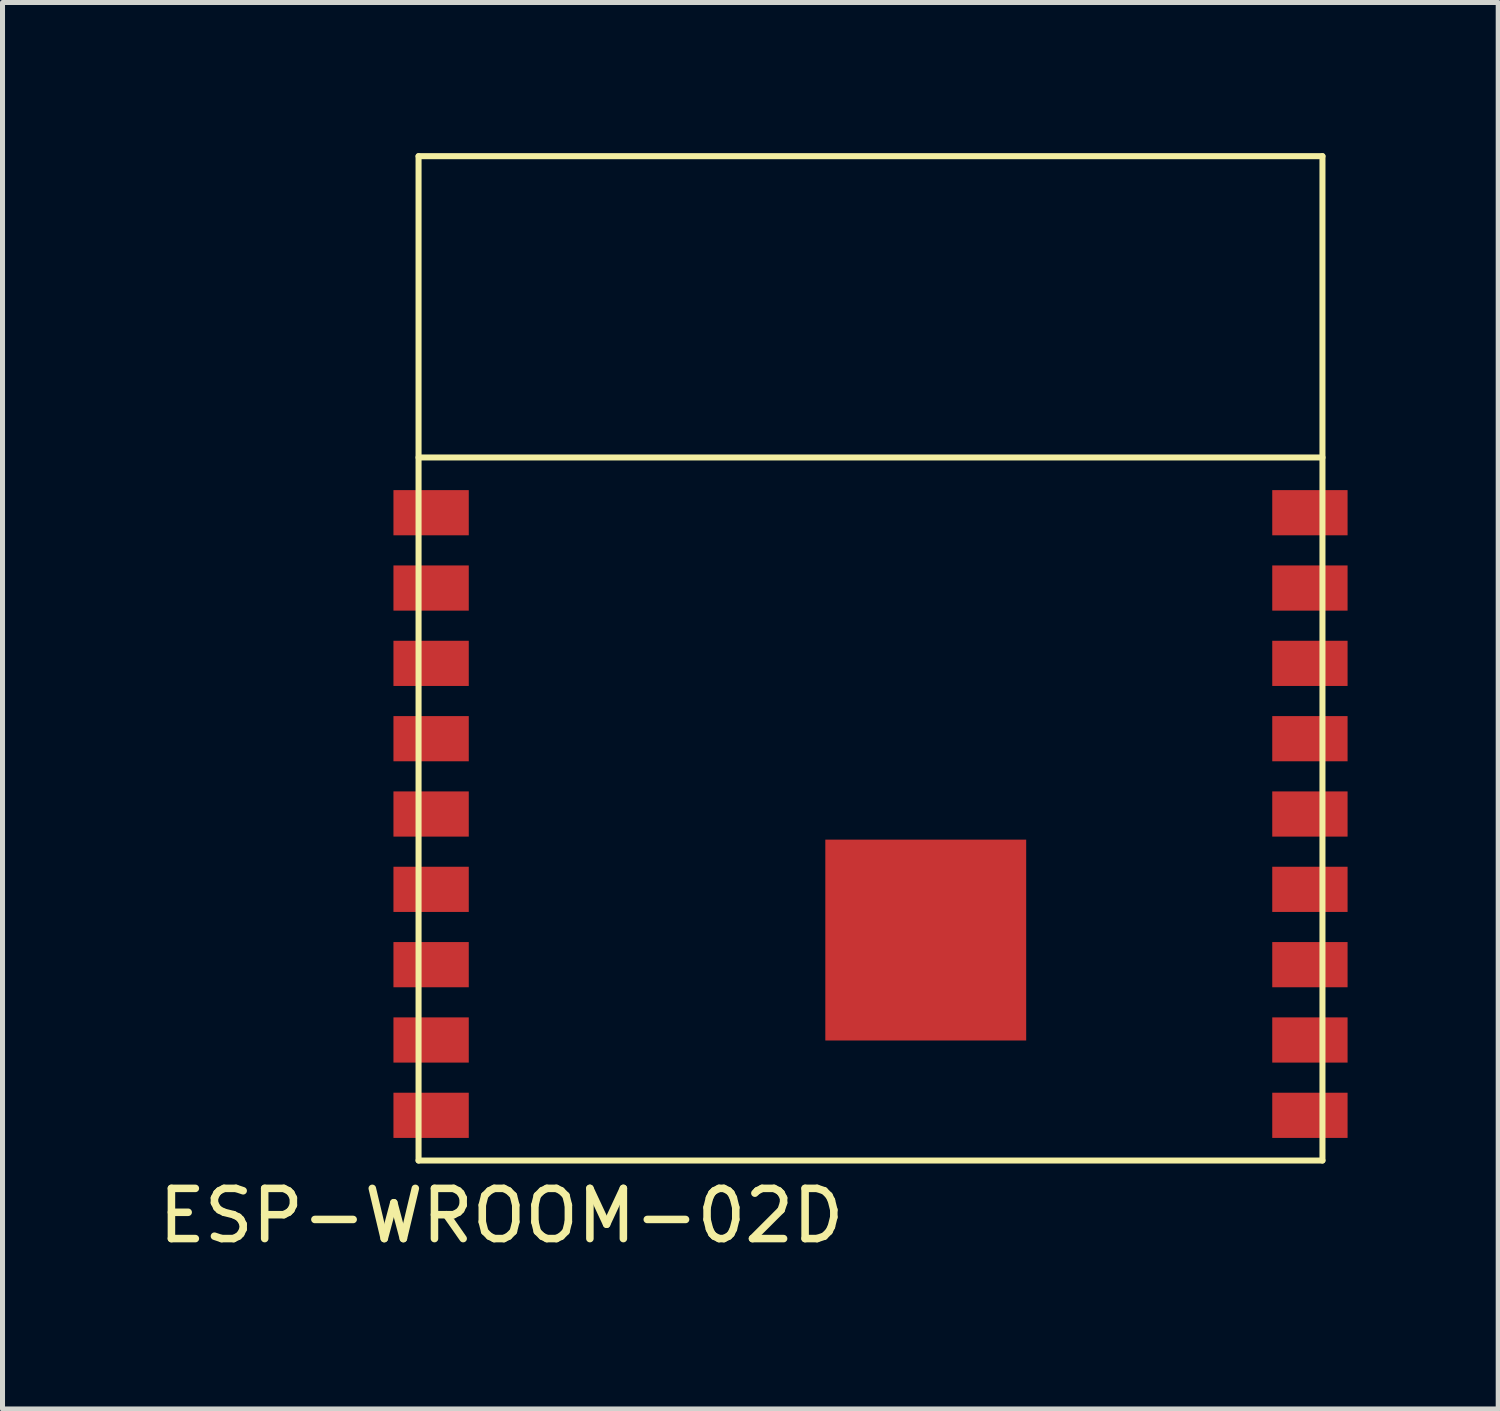
<source format=kicad_pcb>
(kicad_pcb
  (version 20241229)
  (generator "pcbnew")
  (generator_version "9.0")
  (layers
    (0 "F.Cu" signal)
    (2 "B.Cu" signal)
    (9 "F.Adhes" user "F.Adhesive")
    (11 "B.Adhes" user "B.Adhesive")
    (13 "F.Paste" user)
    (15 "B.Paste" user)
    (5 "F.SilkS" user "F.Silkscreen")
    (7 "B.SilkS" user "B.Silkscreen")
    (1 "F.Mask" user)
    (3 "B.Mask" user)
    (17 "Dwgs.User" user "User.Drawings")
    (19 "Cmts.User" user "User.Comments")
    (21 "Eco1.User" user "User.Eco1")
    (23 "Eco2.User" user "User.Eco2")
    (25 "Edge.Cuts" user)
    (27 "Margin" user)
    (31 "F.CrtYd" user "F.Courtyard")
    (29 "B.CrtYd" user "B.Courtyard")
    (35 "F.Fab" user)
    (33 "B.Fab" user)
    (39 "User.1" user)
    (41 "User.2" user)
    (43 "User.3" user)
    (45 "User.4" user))
  (footprint "ESP-WROOM-02D"
    (layer "F.Cu")
    (at 5.535 7.16)
    (property "Reference" "ESP-WROOM-02D" (at 1.4 14 0) (layer "F.SilkS") (effects (font (size 1 1) (thickness 0.15))))
    (attr through_hole)
    (fp_line (start -0.25 -7.1) (end -0.25 12.9) (stroke (width 0.12) (type solid)) (layer "F.SilkS"))
    (fp_line (start -0.25 -1.1) (end 17.75 -1.1) (stroke (width 0.12) (type solid)) (layer "F.SilkS"))
    (fp_line (start -0.25 12.9) (end 17.75 12.9) (stroke (width 0.12) (type solid)) (layer "F.SilkS"))
    (fp_line (start 17.75 -7.1) (end -0.25 -7.1) (stroke (width 0.12) (type solid)) (layer "F.SilkS"))
    (fp_line (start 17.75 12.9) (end 17.75 -7.1) (stroke (width 0.12) (type solid)) (layer "F.SilkS"))
    (pad "1" smd rect (at 0 0) (size 1.5 0.9) (layers "F.Cu" "F.Mask" "F.Paste"))
    (pad "2" smd rect (at 0 1.5) (size 1.5 0.9) (layers "F.Cu" "F.Mask" "F.Paste"))
    (pad "3" smd rect (at 0 3) (size 1.5 0.9) (layers "F.Cu" "F.Mask" "F.Paste"))
    (pad "4" smd rect (at 0 4.5) (size 1.5 0.9) (layers "F.Cu" "F.Mask" "F.Paste"))
    (pad "5" smd rect (at 0 6) (size 1.5 0.9) (layers "F.Cu" "F.Mask" "F.Paste"))
    (pad "6" smd rect (at 0 7.5) (size 1.5 0.9) (layers "F.Cu" "F.Mask" "F.Paste"))
    (pad "7" smd rect (at 0 9) (size 1.5 0.9) (layers "F.Cu" "F.Mask" "F.Paste"))
    (pad "8" smd rect (at 0 10.5) (size 1.5 0.9) (layers "F.Cu" "F.Mask" "F.Paste"))
    (pad "9" smd rect (at 0 12) (size 1.5 0.9) (layers "F.Cu" "F.Mask" "F.Paste"))
    (pad "10" smd rect (at 17.5 12) (size 1.5 0.9) (layers "F.Cu" "F.Mask" "F.Paste"))
    (pad "11" smd rect (at 17.5 10.5) (size 1.5 0.9) (layers "F.Cu" "F.Mask" "F.Paste"))
    (pad "12" smd rect (at 17.5 9) (size 1.5 0.9) (layers "F.Cu" "F.Mask" "F.Paste"))
    (pad "13" smd rect (at 17.5 7.5) (size 1.5 0.9) (layers "F.Cu" "F.Mask" "F.Paste"))
    (pad "14" smd rect (at 17.5 6) (size 1.5 0.9) (layers "F.Cu" "F.Mask" "F.Paste"))
    (pad "15" smd rect (at 17.5 4.5) (size 1.5 0.9) (layers "F.Cu" "F.Mask" "F.Paste"))
    (pad "16" smd rect (at 17.5 3) (size 1.5 0.9) (layers "F.Cu" "F.Mask" "F.Paste"))
    (pad "17" smd rect (at 17.5 1.5) (size 1.5 0.9) (layers "F.Cu" "F.Mask" "F.Paste"))
    (pad "18" smd rect (at 17.5 0) (size 1.5 0.9) (layers "F.Cu" "F.Mask" "F.Paste"))
    (pad "19" smd rect (at 9.85 8.51) (size 4 4) (layers "F.Cu" "F.Mask")))
  (gr_rect
    (start -3 -3)
    (end 26.785 25.008)
    (stroke (width 0.1) (type default))
    (fill no)
    (layer "Edge.Cuts")))
</source>
